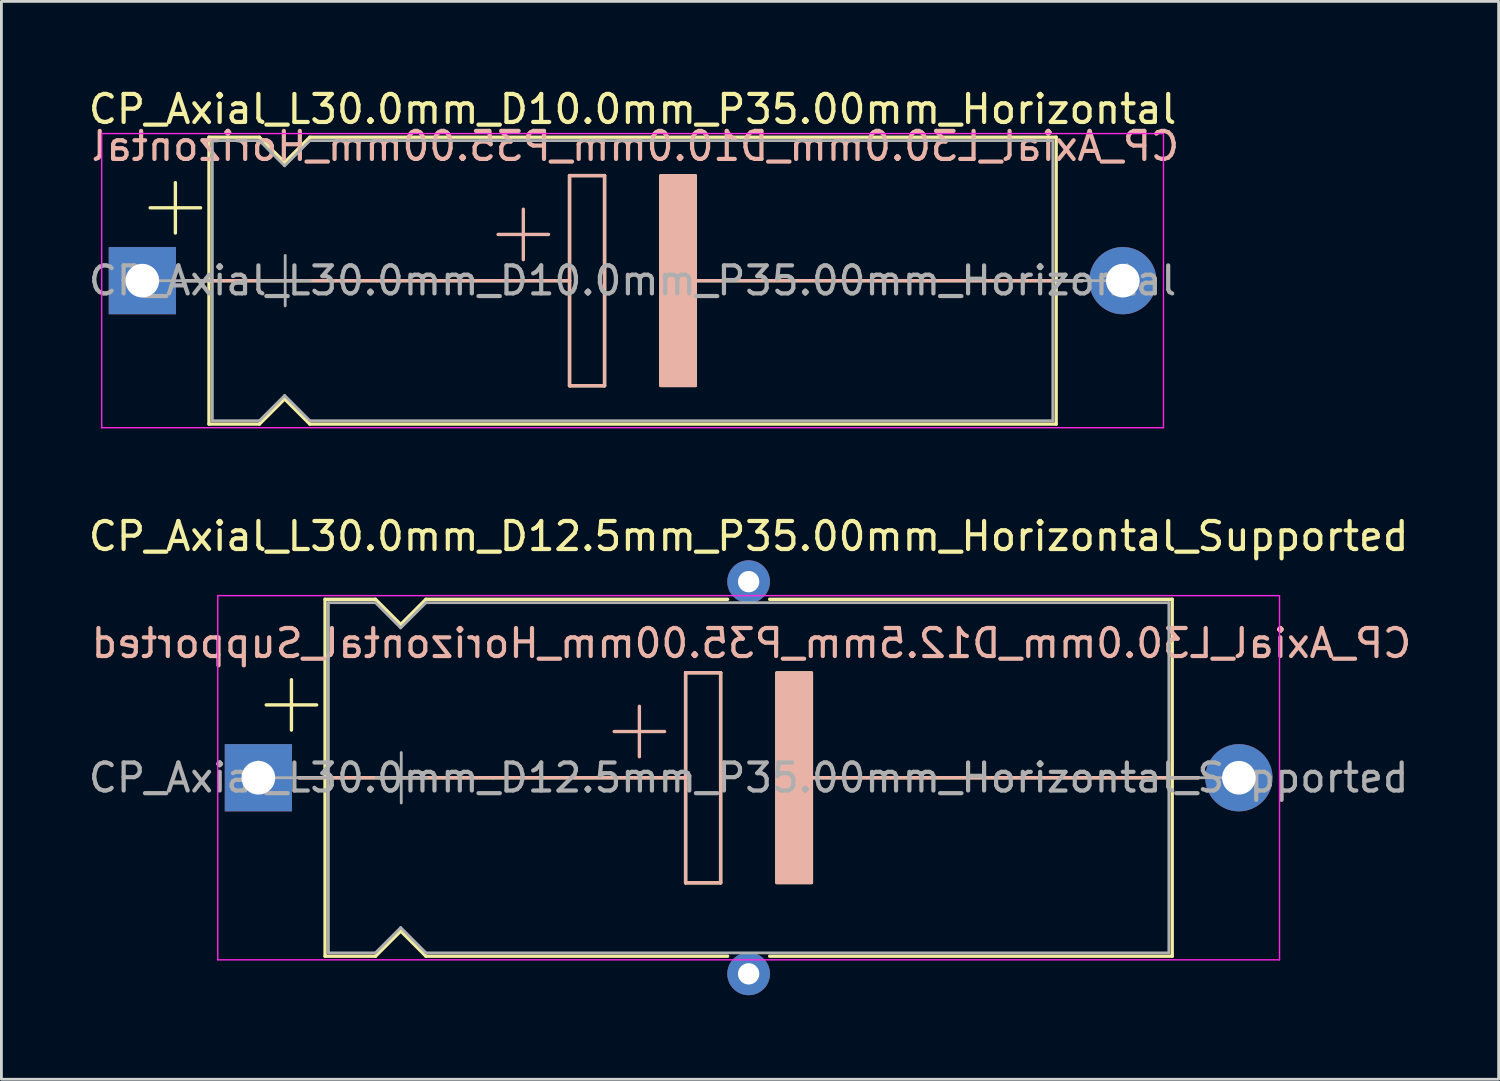
<source format=kicad_pcb>
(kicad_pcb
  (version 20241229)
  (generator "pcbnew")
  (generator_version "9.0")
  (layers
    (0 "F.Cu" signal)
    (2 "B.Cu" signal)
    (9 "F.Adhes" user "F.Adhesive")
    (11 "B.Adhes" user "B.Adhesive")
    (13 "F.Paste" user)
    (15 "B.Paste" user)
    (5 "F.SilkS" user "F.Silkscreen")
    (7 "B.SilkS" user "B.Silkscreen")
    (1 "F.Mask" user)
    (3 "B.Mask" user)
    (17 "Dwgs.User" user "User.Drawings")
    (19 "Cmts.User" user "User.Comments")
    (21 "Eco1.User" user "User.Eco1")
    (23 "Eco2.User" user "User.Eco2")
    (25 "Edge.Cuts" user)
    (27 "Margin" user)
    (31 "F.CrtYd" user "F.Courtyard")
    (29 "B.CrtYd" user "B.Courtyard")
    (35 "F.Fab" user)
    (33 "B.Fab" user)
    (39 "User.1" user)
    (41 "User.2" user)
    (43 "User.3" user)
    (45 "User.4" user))
  (footprint "CP_Axial_L30.0mm_D12.5mm_P35.00mm_Horizontal_Supported"
    (layer "F.Cu")
    (at 6.173 24.712)
    (property "Reference" "CP_Axial_L30.0mm_D12.5mm_P35.00mm_Horizontal_Supported" (at 17.5 -8.62 0) (layer "F.SilkS") (effects (font (size 1 1) (thickness 0.15))))
    (fp_line (start 0.28 -2.6) (end 2.08 -2.6) (stroke (width 0.12) (type solid)) (layer "F.SilkS"))
    (fp_line (start 1.18 -3.5) (end 1.18 -1.7) (stroke (width 0.12) (type solid)) (layer "F.SilkS"))
    (fp_line (start 1.44 0) (end 2.38 0) (stroke (width 0.12) (type solid)) (layer "F.SilkS"))
    (fp_line (start 2.38 -6.37) (end 2.38 6.37) (stroke (width 0.12) (type solid)) (layer "F.SilkS"))
    (fp_line (start 2.38 -6.37) (end 4.18 -6.37) (stroke (width 0.12) (type solid)) (layer "F.SilkS"))
    (fp_line (start 2.38 0) (end 15.25 0) (stroke (width 0.12) (type solid)) (layer "F.SilkS"))
    (fp_line (start 2.38 6.37) (end 4.18 6.37) (stroke (width 0.12) (type solid)) (layer "F.SilkS"))
    (fp_line (start 4.18 -6.37) (end 5.08 -5.47) (stroke (width 0.12) (type solid)) (layer "F.SilkS"))
    (fp_line (start 4.18 6.37) (end 5.08 5.47) (stroke (width 0.12) (type solid)) (layer "F.SilkS"))
    (fp_line (start 5.08 -5.47) (end 5.98 -6.37) (stroke (width 0.12) (type solid)) (layer "F.SilkS"))
    (fp_line (start 5.08 5.47) (end 5.98 6.37) (stroke (width 0.12) (type solid)) (layer "F.SilkS"))
    (fp_line (start 5.98 -6.37) (end 16.75 -6.37) (stroke (width 0.12) (type solid)) (layer "F.SilkS"))
    (fp_line (start 5.98 6.37) (end 16.75 6.37) (stroke (width 0.12) (type solid)) (layer "F.SilkS"))
    (fp_line (start 15.25 -3.75) (end 16.5 -3.75) (stroke (width 0.12) (type solid)) (layer "F.SilkS"))
    (fp_line (start 15.25 0) (end 15.25 -3.75) (stroke (width 0.12) (type solid)) (layer "F.SilkS"))
    (fp_line (start 15.25 3.75) (end 15.25 0) (stroke (width 0.12) (type solid)) (layer "F.SilkS"))
    (fp_line (start 16.5 -3.75) (end 16.5 3.75) (stroke (width 0.12) (type solid)) (layer "F.SilkS"))
    (fp_line (start 16.5 3.75) (end 15.25 3.75) (stroke (width 0.12) (type solid)) (layer "F.SilkS"))
    (fp_line (start 18.25 -6.37) (end 32.62 -6.37) (stroke (width 0.12) (type solid)) (layer "F.SilkS"))
    (fp_line (start 18.25 6.37) (end 32.62 6.37) (stroke (width 0.12) (type solid)) (layer "F.SilkS"))
    (fp_line (start 19.75 0) (end 32.62 0) (stroke (width 0.12) (type solid)) (layer "F.SilkS"))
    (fp_line (start 32.62 -6.37) (end 32.62 6.37) (stroke (width 0.12) (type solid)) (layer "F.SilkS"))
    (fp_line (start 33.56 0) (end 32.62 0) (stroke (width 0.12) (type solid)) (layer "F.SilkS"))
    (fp_poly (pts (xy 19.75 3.75) (xy 18.5 3.75) (xy 18.5 -3.75) (xy 19.75 -3.75)) (stroke (width 0.1) (type solid)) (fill yes) (layer "F.SilkS"))
    (fp_line (start 1.45 0) (end 8.38 0) (stroke (width 0.12) (type solid)) (layer "B.SilkS"))
    (fp_line (start 8.38 0) (end 15.25 0) (stroke (width 0.12) (type solid)) (layer "B.SilkS"))
    (fp_line (start 13.6 -2.55) (end 13.6 -0.75) (stroke (width 0.12) (type solid)) (layer "B.SilkS"))
    (fp_line (start 14.5 -1.65) (end 12.7 -1.65) (stroke (width 0.12) (type solid)) (layer "B.SilkS"))
    (fp_line (start 15.25 -3.75) (end 16.5 -3.75) (stroke (width 0.12) (type solid)) (layer "B.SilkS"))
    (fp_line (start 15.25 0) (end 15.25 -3.75) (stroke (width 0.12) (type solid)) (layer "B.SilkS"))
    (fp_line (start 15.25 3.75) (end 15.25 0) (stroke (width 0.12) (type solid)) (layer "B.SilkS"))
    (fp_line (start 16.5 -3.75) (end 16.5 3.75) (stroke (width 0.12) (type solid)) (layer "B.SilkS"))
    (fp_line (start 16.5 3.75) (end 15.25 3.75) (stroke (width 0.12) (type solid)) (layer "B.SilkS"))
    (fp_line (start 19.75 0) (end 26.62 0) (stroke (width 0.12) (type solid)) (layer "B.SilkS"))
    (fp_line (start 33.55 0) (end 26.62 0) (stroke (width 0.12) (type solid)) (layer "B.SilkS"))
    (fp_poly (pts (xy 19.75 3.75) (xy 18.5 3.75) (xy 18.5 -3.75) (xy 19.75 -3.75)) (stroke (width 0.1) (type solid)) (fill yes) (layer "B.SilkS"))
    (fp_line (start -1.45 -6.5) (end -1.45 6.5) (stroke (width 0.05) (type solid)) (layer "F.CrtYd"))
    (fp_line (start -1.45 6.5) (end 36.45 6.5) (stroke (width 0.05) (type solid)) (layer "F.CrtYd"))
    (fp_line (start 36.45 -6.5) (end -1.45 -6.5) (stroke (width 0.05) (type solid)) (layer "F.CrtYd"))
    (fp_line (start 36.45 6.5) (end 36.45 -6.5) (stroke (width 0.05) (type solid)) (layer "F.CrtYd"))
    (fp_line (start 0 0) (end 2.5 0) (stroke (width 0.1) (type solid)) (layer "F.Fab"))
    (fp_line (start 2.5 -6.25) (end 2.5 6.25) (stroke (width 0.1) (type solid)) (layer "F.Fab"))
    (fp_line (start 2.5 -6.25) (end 4.18 -6.25) (stroke (width 0.1) (type solid)) (layer "F.Fab"))
    (fp_line (start 2.5 6.25) (end 4.18 6.25) (stroke (width 0.1) (type solid)) (layer "F.Fab"))
    (fp_line (start 4.18 -6.25) (end 5.08 -5.35) (stroke (width 0.1) (type solid)) (layer "F.Fab"))
    (fp_line (start 4.18 6.25) (end 5.08 5.35) (stroke (width 0.1) (type solid)) (layer "F.Fab"))
    (fp_line (start 4.2 0) (end 6 0) (stroke (width 0.1) (type solid)) (layer "F.Fab"))
    (fp_line (start 5.08 -5.35) (end 5.98 -6.25) (stroke (width 0.1) (type solid)) (layer "F.Fab"))
    (fp_line (start 5.08 5.35) (end 5.98 6.25) (stroke (width 0.1) (type solid)) (layer "F.Fab"))
    (fp_line (start 5.1 -0.9) (end 5.1 0.9) (stroke (width 0.1) (type solid)) (layer "F.Fab"))
    (fp_line (start 5.98 -6.25) (end 32.5 -6.25) (stroke (width 0.1) (type solid)) (layer "F.Fab"))
    (fp_line (start 5.98 6.25) (end 32.5 6.25) (stroke (width 0.1) (type solid)) (layer "F.Fab"))
    (fp_line (start 32.5 -6.25) (end 32.5 6.25) (stroke (width 0.1) (type solid)) (layer "F.Fab"))
    (fp_line (start 35 0) (end 32.5 0) (stroke (width 0.1) (type solid)) (layer "F.Fab"))
    (fp_text user "${REFERENCE}" (at 17.6 -4.8 0) (layer "B.SilkS") (effects (font (size 1 1) (thickness 0.15)) (justify mirror)))
    (fp_text user "${REFERENCE}" (at 17.5 0 0) (layer "F.Fab") (effects (font (size 1 1) (thickness 0.15))))
    (pad "" thru_hole circle (at 17.5 -7) (size 1.524 1.524) (drill 0.762) (layers "*.Cu" "*.Mask"))
    (pad "" thru_hole circle (at 17.5 7) (size 1.524 1.524) (drill 0.762) (layers "*.Cu" "*.Mask"))
    (pad "1" thru_hole rect (at 0 0) (size 2.4 2.4) (drill 1.2) (layers "*.Cu" "*.Mask"))
    (pad "2" thru_hole oval (at 35 0) (size 2.4 2.4) (drill 1.2) (layers "*.Cu" "*.Mask")))
  (footprint "CP_Axial_L30.0mm_D10.0mm_P35.00mm_Horizontal"
    (layer "F.Cu")
    (at 2.03 6.968)
    (property "Reference" "CP_Axial_L30.0mm_D10.0mm_P35.00mm_Horizontal" (at 17.5 -6.12 0) (layer "F.SilkS") (effects (font (size 1 1) (thickness 0.15))))
    (fp_line (start 0.28 -2.6) (end 2.08 -2.6) (stroke (width 0.12) (type solid)) (layer "F.SilkS"))
    (fp_line (start 1.18 -3.5) (end 1.18 -1.7) (stroke (width 0.12) (type solid)) (layer "F.SilkS"))
    (fp_line (start 1.44 0) (end 2.38 0) (stroke (width 0.12) (type solid)) (layer "F.SilkS"))
    (fp_line (start 2.38 -5.12) (end 2.38 5.12) (stroke (width 0.12) (type solid)) (layer "F.SilkS"))
    (fp_line (start 2.38 -5.12) (end 4.18 -5.12) (stroke (width 0.12) (type solid)) (layer "F.SilkS"))
    (fp_line (start 2.38 0) (end 15.25 0) (stroke (width 0.12) (type solid)) (layer "F.SilkS"))
    (fp_line (start 2.38 5.12) (end 4.18 5.12) (stroke (width 0.12) (type solid)) (layer "F.SilkS"))
    (fp_line (start 4.18 -5.12) (end 5.08 -4.22) (stroke (width 0.12) (type solid)) (layer "F.SilkS"))
    (fp_line (start 4.18 5.12) (end 5.08 4.22) (stroke (width 0.12) (type solid)) (layer "F.SilkS"))
    (fp_line (start 5.08 -4.22) (end 5.98 -5.12) (stroke (width 0.12) (type solid)) (layer "F.SilkS"))
    (fp_line (start 5.08 4.22) (end 5.98 5.12) (stroke (width 0.12) (type solid)) (layer "F.SilkS"))
    (fp_line (start 5.98 -5.12) (end 32.62 -5.12) (stroke (width 0.12) (type solid)) (layer "F.SilkS"))
    (fp_line (start 5.98 5.12) (end 32.62 5.12) (stroke (width 0.12) (type solid)) (layer "F.SilkS"))
    (fp_line (start 15.25 -3.75) (end 16.5 -3.75) (stroke (width 0.12) (type solid)) (layer "F.SilkS"))
    (fp_line (start 15.25 0) (end 15.25 -3.75) (stroke (width 0.12) (type solid)) (layer "F.SilkS"))
    (fp_line (start 15.25 3.75) (end 15.25 0) (stroke (width 0.12) (type solid)) (layer "F.SilkS"))
    (fp_line (start 16.5 -3.75) (end 16.5 3.75) (stroke (width 0.12) (type solid)) (layer "F.SilkS"))
    (fp_line (start 16.5 3.75) (end 15.25 3.75) (stroke (width 0.12) (type solid)) (layer "F.SilkS"))
    (fp_line (start 19.75 0) (end 32.62 0) (stroke (width 0.12) (type solid)) (layer "F.SilkS"))
    (fp_line (start 32.62 -5.12) (end 32.62 5.12) (stroke (width 0.12) (type solid)) (layer "F.SilkS"))
    (fp_line (start 33.56 0) (end 32.62 0) (stroke (width 0.12) (type solid)) (layer "F.SilkS"))
    (fp_poly (pts (xy 19.75 3.75) (xy 18.5 3.75) (xy 18.5 -3.75) (xy 19.75 -3.75)) (stroke (width 0.1) (type solid)) (fill yes) (layer "F.SilkS"))
    (fp_line (start 1.45 0) (end 8.38 0) (stroke (width 0.12) (type solid)) (layer "B.SilkS"))
    (fp_line (start 8.38 0) (end 15.25 0) (stroke (width 0.12) (type solid)) (layer "B.SilkS"))
    (fp_line (start 13.6 -2.55) (end 13.6 -0.75) (stroke (width 0.12) (type solid)) (layer "B.SilkS"))
    (fp_line (start 14.5 -1.65) (end 12.7 -1.65) (stroke (width 0.12) (type solid)) (layer "B.SilkS"))
    (fp_line (start 15.25 -3.75) (end 16.5 -3.75) (stroke (width 0.12) (type solid)) (layer "B.SilkS"))
    (fp_line (start 15.25 0) (end 15.25 -3.75) (stroke (width 0.12) (type solid)) (layer "B.SilkS"))
    (fp_line (start 15.25 3.75) (end 15.25 0) (stroke (width 0.12) (type solid)) (layer "B.SilkS"))
    (fp_line (start 16.5 -3.75) (end 16.5 3.75) (stroke (width 0.12) (type solid)) (layer "B.SilkS"))
    (fp_line (start 16.5 3.75) (end 15.25 3.75) (stroke (width 0.12) (type solid)) (layer "B.SilkS"))
    (fp_line (start 19.75 0) (end 26.62 0) (stroke (width 0.12) (type solid)) (layer "B.SilkS"))
    (fp_line (start 33.55 0) (end 26.62 0) (stroke (width 0.12) (type solid)) (layer "B.SilkS"))
    (fp_poly (pts (xy 19.75 3.75) (xy 18.5 3.75) (xy 18.5 -3.75) (xy 19.75 -3.75)) (stroke (width 0.1) (type solid)) (fill yes) (layer "B.SilkS"))
    (fp_line (start -1.45 -5.25) (end -1.45 5.25) (stroke (width 0.05) (type solid)) (layer "F.CrtYd"))
    (fp_line (start -1.45 5.25) (end 36.45 5.25) (stroke (width 0.05) (type solid)) (layer "F.CrtYd"))
    (fp_line (start 36.45 -5.25) (end -1.45 -5.25) (stroke (width 0.05) (type solid)) (layer "F.CrtYd"))
    (fp_line (start 36.45 5.25) (end 36.45 -5.25) (stroke (width 0.05) (type solid)) (layer "F.CrtYd"))
    (fp_line (start 0 0) (end 2.5 0) (stroke (width 0.1) (type solid)) (layer "F.Fab"))
    (fp_line (start 2.5 -5) (end 2.5 5) (stroke (width 0.1) (type solid)) (layer "F.Fab"))
    (fp_line (start 2.5 -5) (end 4.18 -5) (stroke (width 0.1) (type solid)) (layer "F.Fab"))
    (fp_line (start 2.5 5) (end 4.18 5) (stroke (width 0.1) (type solid)) (layer "F.Fab"))
    (fp_line (start 4.18 -5) (end 5.08 -4.1) (stroke (width 0.1) (type solid)) (layer "F.Fab"))
    (fp_line (start 4.18 5) (end 5.08 4.1) (stroke (width 0.1) (type solid)) (layer "F.Fab"))
    (fp_line (start 4.2 0) (end 6 0) (stroke (width 0.1) (type solid)) (layer "F.Fab"))
    (fp_line (start 5.08 -4.1) (end 5.98 -5) (stroke (width 0.1) (type solid)) (layer "F.Fab"))
    (fp_line (start 5.08 4.1) (end 5.98 5) (stroke (width 0.1) (type solid)) (layer "F.Fab"))
    (fp_line (start 5.1 -0.9) (end 5.1 0.9) (stroke (width 0.1) (type solid)) (layer "F.Fab"))
    (fp_line (start 5.98 -5) (end 32.5 -5) (stroke (width 0.1) (type solid)) (layer "F.Fab"))
    (fp_line (start 5.98 5) (end 32.5 5) (stroke (width 0.1) (type solid)) (layer "F.Fab"))
    (fp_line (start 32.5 -5) (end 32.5 5) (stroke (width 0.1) (type solid)) (layer "F.Fab"))
    (fp_line (start 35 0) (end 32.5 0) (stroke (width 0.1) (type solid)) (layer "F.Fab"))
    (fp_text user "${REFERENCE}" (at 17.6 -4.8 0) (layer "B.SilkS") (effects (font (size 1 1) (thickness 0.15)) (justify mirror)))
    (fp_text user "${REFERENCE}" (at 17.5 0 0) (layer "F.Fab") (effects (font (size 1 1) (thickness 0.15))))
    (pad "1" thru_hole rect (at 0 0) (size 2.4 2.4) (drill 1.2) (layers "*.Cu" "*.Mask"))
    (pad "2" thru_hole oval (at 35 0) (size 2.4 2.4) (drill 1.2) (layers "*.Cu" "*.Mask")))
  (gr_rect
    (start -3 -3)
    (end 50.445 35.474)
    (stroke (width 0.1) (type default))
    (fill no)
    (layer "Edge.Cuts")))
</source>
